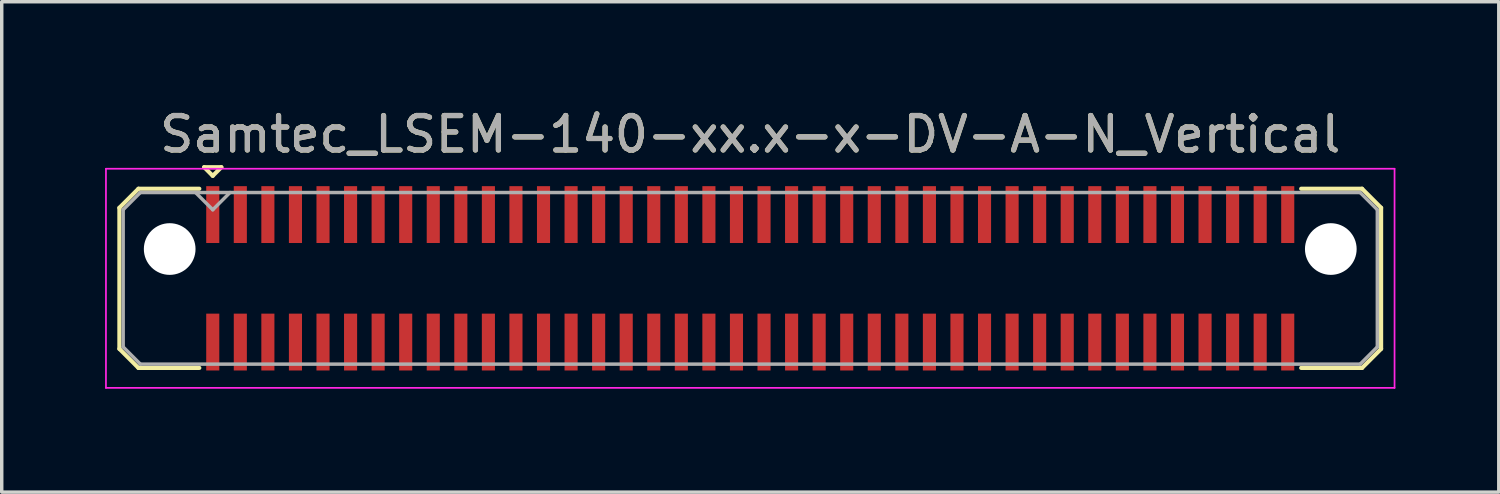
<source format=kicad_pcb>
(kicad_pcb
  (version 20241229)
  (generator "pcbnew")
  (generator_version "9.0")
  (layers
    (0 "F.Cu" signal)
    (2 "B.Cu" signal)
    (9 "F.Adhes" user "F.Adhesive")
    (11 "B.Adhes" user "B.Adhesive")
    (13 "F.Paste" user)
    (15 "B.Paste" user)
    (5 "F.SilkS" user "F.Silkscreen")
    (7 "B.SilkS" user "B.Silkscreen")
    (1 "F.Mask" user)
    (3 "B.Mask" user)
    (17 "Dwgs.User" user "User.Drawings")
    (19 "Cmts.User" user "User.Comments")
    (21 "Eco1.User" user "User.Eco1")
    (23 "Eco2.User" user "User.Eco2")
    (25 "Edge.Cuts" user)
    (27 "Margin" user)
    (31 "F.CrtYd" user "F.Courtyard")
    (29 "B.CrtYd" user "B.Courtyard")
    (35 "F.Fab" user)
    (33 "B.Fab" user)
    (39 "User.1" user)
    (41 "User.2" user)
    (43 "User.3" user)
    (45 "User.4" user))
  (footprint "Samtec_LSEM-140-xx.x-x-DV-A-N_Vertical"
    (layer "F.Cu")
    (at 18.725 5.028)
    (property "Reference" "Samtec_LSEM-140-xx.x-x-DV-A-N_Vertical" (at 0 -4.18 0) (layer "F.SilkS") (effects (font (size 1 1) (thickness 0.15))))
    (attr smd)
    (fp_line (start -18.31 -2.047) (end -18.31 2.047) (stroke (width 0.12) (type solid)) (layer "F.SilkS"))
    (fp_line (start -18.31 2.047) (end -17.757 2.6) (stroke (width 0.12) (type solid)) (layer "F.SilkS"))
    (fp_line (start -17.757 -2.6) (end -18.31 -2.047) (stroke (width 0.12) (type solid)) (layer "F.SilkS"))
    (fp_line (start -17.757 2.6) (end -15.99 2.6) (stroke (width 0.12) (type solid)) (layer "F.SilkS"))
    (fp_line (start -15.99 -2.6) (end -17.757 -2.6) (stroke (width 0.12) (type solid)) (layer "F.SilkS"))
    (fp_line (start -15.85 -3.225) (end -15.35 -3.225) (stroke (width 0.12) (type solid)) (layer "F.SilkS"))
    (fp_line (start -15.6 -2.975) (end -15.85 -3.225) (stroke (width 0.12) (type solid)) (layer "F.SilkS"))
    (fp_line (start -15.35 -3.225) (end -15.6 -2.975) (stroke (width 0.12) (type solid)) (layer "F.SilkS"))
    (fp_line (start 15.99 -2.6) (end 17.757 -2.6) (stroke (width 0.12) (type solid)) (layer "F.SilkS"))
    (fp_line (start 17.757 -2.6) (end 18.31 -2.047) (stroke (width 0.12) (type solid)) (layer "F.SilkS"))
    (fp_line (start 17.757 2.6) (end 15.99 2.6) (stroke (width 0.12) (type solid)) (layer "F.SilkS"))
    (fp_line (start 18.31 -2.047) (end 18.31 2.047) (stroke (width 0.12) (type solid)) (layer "F.SilkS"))
    (fp_line (start 18.31 2.047) (end 17.757 2.6) (stroke (width 0.12) (type solid)) (layer "F.SilkS"))
    (fp_line (start -18.7 -3.18) (end -18.7 3.18) (stroke (width 0.05) (type solid)) (layer "F.CrtYd"))
    (fp_line (start -18.7 3.18) (end 18.7 3.18) (stroke (width 0.05) (type solid)) (layer "F.CrtYd"))
    (fp_line (start 18.7 -3.18) (end -18.7 -3.18) (stroke (width 0.05) (type solid)) (layer "F.CrtYd"))
    (fp_line (start 18.7 3.18) (end 18.7 -3.18) (stroke (width 0.05) (type solid)) (layer "F.CrtYd"))
    (fp_line (start -18.2 -1.992) (end -18.2 1.992) (stroke (width 0.1) (type solid)) (layer "F.Fab"))
    (fp_line (start -18.2 1.992) (end -17.702 2.49) (stroke (width 0.1) (type solid)) (layer "F.Fab"))
    (fp_line (start -17.702 -2.49) (end -18.2 -1.992) (stroke (width 0.1) (type solid)) (layer "F.Fab"))
    (fp_line (start -17.702 2.49) (end 17.702 2.49) (stroke (width 0.1) (type solid)) (layer "F.Fab"))
    (fp_line (start -15.6 -1.99) (end -16.1 -2.49) (stroke (width 0.1) (type solid)) (layer "F.Fab"))
    (fp_line (start -15.1 -2.49) (end -15.6 -1.99) (stroke (width 0.1) (type solid)) (layer "F.Fab"))
    (fp_line (start 17.702 -2.49) (end -17.702 -2.49) (stroke (width 0.1) (type solid)) (layer "F.Fab"))
    (fp_line (start 17.702 2.49) (end 18.2 1.992) (stroke (width 0.1) (type solid)) (layer "F.Fab"))
    (fp_line (start 18.2 -1.992) (end 17.702 -2.49) (stroke (width 0.1) (type solid)) (layer "F.Fab"))
    (fp_line (start 18.2 1.992) (end 18.2 -1.992) (stroke (width 0.1) (type solid)) (layer "F.Fab"))
    (fp_text user "${REFERENCE}" (at 0 -4.18 0) (layer "F.Fab") (effects (font (size 1 1) (thickness 0.15))))
    (pad "" np_thru_hole circle (at -16.85 -0.85) (size 1.5 1.5) (drill 1.5) (layers "*.Cu" "*.Mask"))
    (pad "" np_thru_hole circle (at 16.85 -0.85) (size 1.5 1.5) (drill 1.5) (layers "*.Cu" "*.Mask"))
    (pad "1" smd rect (at -15.6 -1.85) (size 0.38 1.65) (layers "F.Cu" "F.Mask" "F.Paste"))
    (pad "2" smd rect (at -15.6 1.85) (size 0.38 1.65) (layers "F.Cu" "F.Mask" "F.Paste"))
    (pad "3" smd rect (at -14.8 -1.85) (size 0.38 1.65) (layers "F.Cu" "F.Mask" "F.Paste"))
    (pad "4" smd rect (at -14.8 1.85) (size 0.38 1.65) (layers "F.Cu" "F.Mask" "F.Paste"))
    (pad "5" smd rect (at -14 -1.85) (size 0.38 1.65) (layers "F.Cu" "F.Mask" "F.Paste"))
    (pad "6" smd rect (at -14 1.85) (size 0.38 1.65) (layers "F.Cu" "F.Mask" "F.Paste"))
    (pad "7" smd rect (at -13.2 -1.85) (size 0.38 1.65) (layers "F.Cu" "F.Mask" "F.Paste"))
    (pad "8" smd rect (at -13.2 1.85) (size 0.38 1.65) (layers "F.Cu" "F.Mask" "F.Paste"))
    (pad "9" smd rect (at -12.4 -1.85) (size 0.38 1.65) (layers "F.Cu" "F.Mask" "F.Paste"))
    (pad "10" smd rect (at -12.4 1.85) (size 0.38 1.65) (layers "F.Cu" "F.Mask" "F.Paste"))
    (pad "11" smd rect (at -11.6 -1.85) (size 0.38 1.65) (layers "F.Cu" "F.Mask" "F.Paste"))
    (pad "12" smd rect (at -11.6 1.85) (size 0.38 1.65) (layers "F.Cu" "F.Mask" "F.Paste"))
    (pad "13" smd rect (at -10.8 -1.85) (size 0.38 1.65) (layers "F.Cu" "F.Mask" "F.Paste"))
    (pad "14" smd rect (at -10.8 1.85) (size 0.38 1.65) (layers "F.Cu" "F.Mask" "F.Paste"))
    (pad "15" smd rect (at -10 -1.85) (size 0.38 1.65) (layers "F.Cu" "F.Mask" "F.Paste"))
    (pad "16" smd rect (at -10 1.85) (size 0.38 1.65) (layers "F.Cu" "F.Mask" "F.Paste"))
    (pad "17" smd rect (at -9.2 -1.85) (size 0.38 1.65) (layers "F.Cu" "F.Mask" "F.Paste"))
    (pad "18" smd rect (at -9.2 1.85) (size 0.38 1.65) (layers "F.Cu" "F.Mask" "F.Paste"))
    (pad "19" smd rect (at -8.4 -1.85) (size 0.38 1.65) (layers "F.Cu" "F.Mask" "F.Paste"))
    (pad "20" smd rect (at -8.4 1.85) (size 0.38 1.65) (layers "F.Cu" "F.Mask" "F.Paste"))
    (pad "21" smd rect (at -7.6 -1.85) (size 0.38 1.65) (layers "F.Cu" "F.Mask" "F.Paste"))
    (pad "22" smd rect (at -7.6 1.85) (size 0.38 1.65) (layers "F.Cu" "F.Mask" "F.Paste"))
    (pad "23" smd rect (at -6.8 -1.85) (size 0.38 1.65) (layers "F.Cu" "F.Mask" "F.Paste"))
    (pad "24" smd rect (at -6.8 1.85) (size 0.38 1.65) (layers "F.Cu" "F.Mask" "F.Paste"))
    (pad "25" smd rect (at -6 -1.85) (size 0.38 1.65) (layers "F.Cu" "F.Mask" "F.Paste"))
    (pad "26" smd rect (at -6 1.85) (size 0.38 1.65) (layers "F.Cu" "F.Mask" "F.Paste"))
    (pad "27" smd rect (at -5.2 -1.85) (size 0.38 1.65) (layers "F.Cu" "F.Mask" "F.Paste"))
    (pad "28" smd rect (at -5.2 1.85) (size 0.38 1.65) (layers "F.Cu" "F.Mask" "F.Paste"))
    (pad "29" smd rect (at -4.4 -1.85) (size 0.38 1.65) (layers "F.Cu" "F.Mask" "F.Paste"))
    (pad "30" smd rect (at -4.4 1.85) (size 0.38 1.65) (layers "F.Cu" "F.Mask" "F.Paste"))
    (pad "31" smd rect (at -3.6 -1.85) (size 0.38 1.65) (layers "F.Cu" "F.Mask" "F.Paste"))
    (pad "32" smd rect (at -3.6 1.85) (size 0.38 1.65) (layers "F.Cu" "F.Mask" "F.Paste"))
    (pad "33" smd rect (at -2.8 -1.85) (size 0.38 1.65) (layers "F.Cu" "F.Mask" "F.Paste"))
    (pad "34" smd rect (at -2.8 1.85) (size 0.38 1.65) (layers "F.Cu" "F.Mask" "F.Paste"))
    (pad "35" smd rect (at -2 -1.85) (size 0.38 1.65) (layers "F.Cu" "F.Mask" "F.Paste"))
    (pad "36" smd rect (at -2 1.85) (size 0.38 1.65) (layers "F.Cu" "F.Mask" "F.Paste"))
    (pad "37" smd rect (at -1.2 -1.85) (size 0.38 1.65) (layers "F.Cu" "F.Mask" "F.Paste"))
    (pad "38" smd rect (at -1.2 1.85) (size 0.38 1.65) (layers "F.Cu" "F.Mask" "F.Paste"))
    (pad "39" smd rect (at -0.4 -1.85) (size 0.38 1.65) (layers "F.Cu" "F.Mask" "F.Paste"))
    (pad "40" smd rect (at -0.4 1.85) (size 0.38 1.65) (layers "F.Cu" "F.Mask" "F.Paste"))
    (pad "41" smd rect (at 0.4 -1.85) (size 0.38 1.65) (layers "F.Cu" "F.Mask" "F.Paste"))
    (pad "42" smd rect (at 0.4 1.85) (size 0.38 1.65) (layers "F.Cu" "F.Mask" "F.Paste"))
    (pad "43" smd rect (at 1.2 -1.85) (size 0.38 1.65) (layers "F.Cu" "F.Mask" "F.Paste"))
    (pad "44" smd rect (at 1.2 1.85) (size 0.38 1.65) (layers "F.Cu" "F.Mask" "F.Paste"))
    (pad "45" smd rect (at 2 -1.85) (size 0.38 1.65) (layers "F.Cu" "F.Mask" "F.Paste"))
    (pad "46" smd rect (at 2 1.85) (size 0.38 1.65) (layers "F.Cu" "F.Mask" "F.Paste"))
    (pad "47" smd rect (at 2.8 -1.85) (size 0.38 1.65) (layers "F.Cu" "F.Mask" "F.Paste"))
    (pad "48" smd rect (at 2.8 1.85) (size 0.38 1.65) (layers "F.Cu" "F.Mask" "F.Paste"))
    (pad "49" smd rect (at 3.6 -1.85) (size 0.38 1.65) (layers "F.Cu" "F.Mask" "F.Paste"))
    (pad "50" smd rect (at 3.6 1.85) (size 0.38 1.65) (layers "F.Cu" "F.Mask" "F.Paste"))
    (pad "51" smd rect (at 4.4 -1.85) (size 0.38 1.65) (layers "F.Cu" "F.Mask" "F.Paste"))
    (pad "52" smd rect (at 4.4 1.85) (size 0.38 1.65) (layers "F.Cu" "F.Mask" "F.Paste"))
    (pad "53" smd rect (at 5.2 -1.85) (size 0.38 1.65) (layers "F.Cu" "F.Mask" "F.Paste"))
    (pad "54" smd rect (at 5.2 1.85) (size 0.38 1.65) (layers "F.Cu" "F.Mask" "F.Paste"))
    (pad "55" smd rect (at 6 -1.85) (size 0.38 1.65) (layers "F.Cu" "F.Mask" "F.Paste"))
    (pad "56" smd rect (at 6 1.85) (size 0.38 1.65) (layers "F.Cu" "F.Mask" "F.Paste"))
    (pad "57" smd rect (at 6.8 -1.85) (size 0.38 1.65) (layers "F.Cu" "F.Mask" "F.Paste"))
    (pad "58" smd rect (at 6.8 1.85) (size 0.38 1.65) (layers "F.Cu" "F.Mask" "F.Paste"))
    (pad "59" smd rect (at 7.6 -1.85) (size 0.38 1.65) (layers "F.Cu" "F.Mask" "F.Paste"))
    (pad "60" smd rect (at 7.6 1.85) (size 0.38 1.65) (layers "F.Cu" "F.Mask" "F.Paste"))
    (pad "61" smd rect (at 8.4 -1.85) (size 0.38 1.65) (layers "F.Cu" "F.Mask" "F.Paste"))
    (pad "62" smd rect (at 8.4 1.85) (size 0.38 1.65) (layers "F.Cu" "F.Mask" "F.Paste"))
    (pad "63" smd rect (at 9.2 -1.85) (size 0.38 1.65) (layers "F.Cu" "F.Mask" "F.Paste"))
    (pad "64" smd rect (at 9.2 1.85) (size 0.38 1.65) (layers "F.Cu" "F.Mask" "F.Paste"))
    (pad "65" smd rect (at 10 -1.85) (size 0.38 1.65) (layers "F.Cu" "F.Mask" "F.Paste"))
    (pad "66" smd rect (at 10 1.85) (size 0.38 1.65) (layers "F.Cu" "F.Mask" "F.Paste"))
    (pad "67" smd rect (at 10.8 -1.85) (size 0.38 1.65) (layers "F.Cu" "F.Mask" "F.Paste"))
    (pad "68" smd rect (at 10.8 1.85) (size 0.38 1.65) (layers "F.Cu" "F.Mask" "F.Paste"))
    (pad "69" smd rect (at 11.6 -1.85) (size 0.38 1.65) (layers "F.Cu" "F.Mask" "F.Paste"))
    (pad "70" smd rect (at 11.6 1.85) (size 0.38 1.65) (layers "F.Cu" "F.Mask" "F.Paste"))
    (pad "71" smd rect (at 12.4 -1.85) (size 0.38 1.65) (layers "F.Cu" "F.Mask" "F.Paste"))
    (pad "72" smd rect (at 12.4 1.85) (size 0.38 1.65) (layers "F.Cu" "F.Mask" "F.Paste"))
    (pad "73" smd rect (at 13.2 -1.85) (size 0.38 1.65) (layers "F.Cu" "F.Mask" "F.Paste"))
    (pad "74" smd rect (at 13.2 1.85) (size 0.38 1.65) (layers "F.Cu" "F.Mask" "F.Paste"))
    (pad "75" smd rect (at 14 -1.85) (size 0.38 1.65) (layers "F.Cu" "F.Mask" "F.Paste"))
    (pad "76" smd rect (at 14 1.85) (size 0.38 1.65) (layers "F.Cu" "F.Mask" "F.Paste"))
    (pad "77" smd rect (at 14.8 -1.85) (size 0.38 1.65) (layers "F.Cu" "F.Mask" "F.Paste"))
    (pad "78" smd rect (at 14.8 1.85) (size 0.38 1.65) (layers "F.Cu" "F.Mask" "F.Paste"))
    (pad "79" smd rect (at 15.6 -1.85) (size 0.38 1.65) (layers "F.Cu" "F.Mask" "F.Paste"))
    (pad "80" smd rect (at 15.6 1.85) (size 0.38 1.65) (layers "F.Cu" "F.Mask" "F.Paste")))
  (gr_rect
    (start -3 -3)
    (end 40.45 11.233)
    (stroke (width 0.1) (type default))
    (fill no)
    (layer "Edge.Cuts")))
</source>
